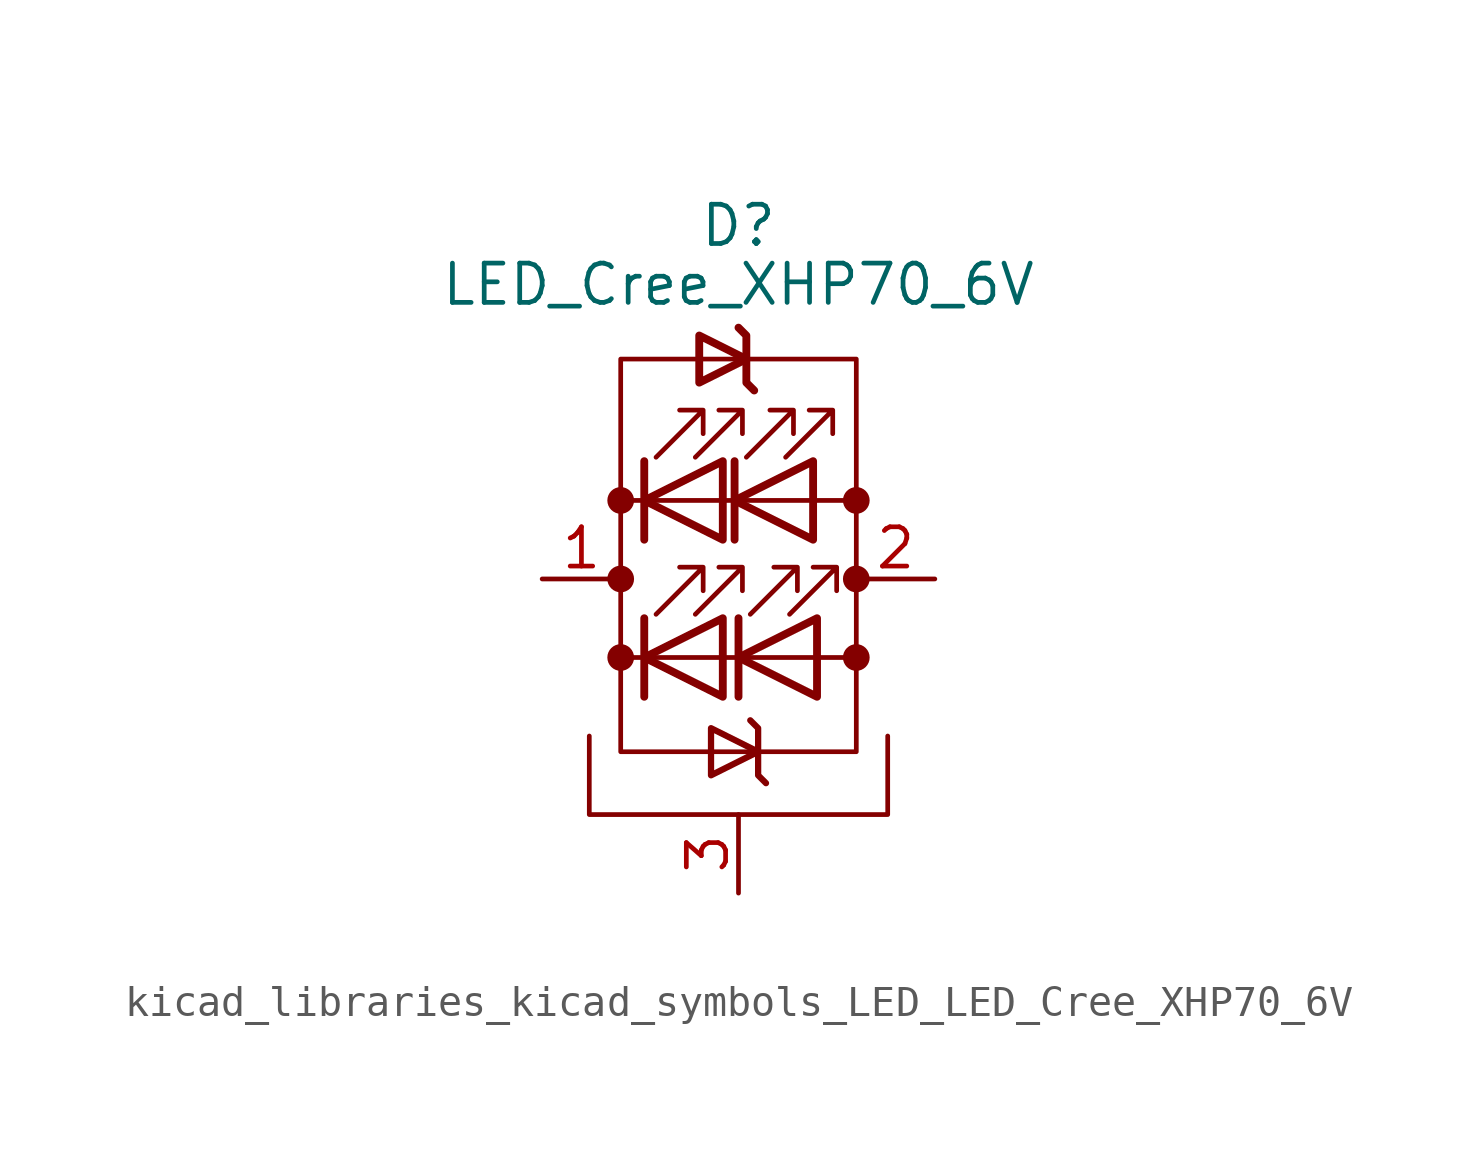
<source format=kicad_sym>
(kicad_symbol_lib
  (version 20220914)
  (generator kicad_symbol_editor)
  (symbol "kicad_libraries_kicad_symbols_LED_LED_Cree_XHP70_6V"
    (pin_names
      (offset 1.016) hide)
    (property "Reference" "D"
      (at 0 11.43 0)
      (effects (font (size 1.27 1.27))))
    (property "Value" "LED_Cree_XHP70_6V"
      (at 0 9.525 0)
      (effects (font (size 1.27 1.27))))
    (symbol "kicad_libraries_kicad_symbols_LED_LED_Cree_XHP70_6V_0_1"
      (circle (center -3.81 -2.54) (radius 0.356) (stroke (width 0) (type default)) (fill (type outline)))
      (circle (center -3.81 0) (radius 0.356) (stroke (width 0) (type default)) (fill (type outline)))
      (circle (center -3.81 2.54) (radius 0.356) (stroke (width 0) (type default)) (fill (type outline)))
      (polyline (pts (xy -3.81 -2.54) (xy 3.81 -2.54)) (stroke (width 0) (type default)) (fill (type none)))
      (polyline (pts (xy -3.048 -3.81) (xy -3.048 -1.27)) (stroke (width 0.254) (type default)) (fill (type none)))
      (polyline (pts (xy -3.048 1.27) (xy -3.048 3.81)) (stroke (width 0.254) (type default)) (fill (type none)))
      (polyline (pts (xy -0.127 1.27) (xy -0.127 3.81)) (stroke (width 0.254) (type default)) (fill (type none)))
      (polyline (pts (xy 0 -3.81) (xy 0 -1.27)) (stroke (width 0.254) (type default)) (fill (type none)))
      (polyline (pts (xy 3.81 2.54) (xy -3.81 2.54)) (stroke (width 0) (type default)) (fill (type none)))
      (polyline (pts (xy -4.826 -5.08) (xy -4.826 -7.62) (xy 4.826 -7.62) (xy 4.826 -5.08)) (stroke (width 0) (type default)) (fill (type none)))
      (polyline (pts (xy -0.508 -3.81) (xy -0.508 -1.27) (xy -3.048 -2.54) (xy -0.508 -3.81)) (stroke (width 0.254) (type default)) (fill (type none)))
      (polyline (pts (xy -0.508 1.27) (xy -0.508 3.81) (xy -3.048 2.54) (xy -0.508 1.27)) (stroke (width 0.254) (type default)) (fill (type none)))
      (polyline (pts (xy 0.508 6.096) (xy 0.254 6.35) (xy 0.254 7.874) (xy 0 8.128)) (stroke (width 0.254) (type default)) (fill (type none)))
      (polyline (pts (xy 0.889 -6.604) (xy 0.635 -6.35) (xy 0.635 -4.826) (xy 0.381 -4.572)) (stroke (width 0.203) (type default)) (fill (type none)))
      (polyline (pts (xy 2.413 1.27) (xy 2.413 3.81) (xy -0.127 2.54) (xy 2.413 1.27)) (stroke (width 0.254) (type default)) (fill (type none)))
      (polyline (pts (xy 2.54 -3.81) (xy 2.54 -1.27) (xy 0 -2.54) (xy 2.54 -3.81)) (stroke (width 0.254) (type default)) (fill (type none)))
      (polyline (pts (xy -3.81 -5.588) (xy -3.81 7.112) (xy 3.81 7.112) (xy 3.81 -5.588) (xy -3.81 -5.588)) (stroke (width 0) (type default)) (fill (type none)))
      (polyline (pts (xy -2.667 -1.143) (xy -1.143 0.381) (xy -1.905 0.381) (xy -1.143 0.381) (xy -1.143 -0.381)) (stroke (width 0) (type default)) (fill (type none)))
      (polyline (pts (xy -2.667 3.937) (xy -1.143 5.461) (xy -1.905 5.461) (xy -1.143 5.461) (xy -1.143 4.699)) (stroke (width 0) (type default)) (fill (type none)))
      (polyline (pts (xy -1.397 -1.143) (xy 0.127 0.381) (xy -0.635 0.381) (xy 0.127 0.381) (xy 0.127 -0.381)) (stroke (width 0) (type default)) (fill (type none)))
      (polyline (pts (xy -1.397 3.937) (xy 0.127 5.461) (xy -0.635 5.461) (xy 0.127 5.461) (xy 0.127 4.699)) (stroke (width 0) (type default)) (fill (type none)))
      (polyline (pts (xy -1.27 6.35) (xy -1.27 7.874) (xy 0.254 7.112) (xy -1.27 6.35) (xy -1.27 6.604)) (stroke (width 0.254) (type default)) (fill (type none)))
      (polyline (pts (xy -0.889 -6.35) (xy -0.889 -4.826) (xy 0.635 -5.588) (xy -0.889 -6.35) (xy -0.889 -6.096)) (stroke (width 0.203) (type default)) (fill (type none)))
      (polyline (pts (xy 0.254 3.937) (xy 1.778 5.461) (xy 1.016 5.461) (xy 1.778 5.461) (xy 1.778 4.699)) (stroke (width 0) (type default)) (fill (type none)))
      (polyline (pts (xy 0.381 -1.143) (xy 1.905 0.381) (xy 1.143 0.381) (xy 1.905 0.381) (xy 1.905 -0.381)) (stroke (width 0) (type default)) (fill (type none)))
      (polyline (pts (xy 1.524 3.937) (xy 3.048 5.461) (xy 2.286 5.461) (xy 3.048 5.461) (xy 3.048 4.699)) (stroke (width 0) (type default)) (fill (type none)))
      (polyline (pts (xy 1.651 -1.143) (xy 3.175 0.381) (xy 2.413 0.381) (xy 3.175 0.381) (xy 3.175 -0.381)) (stroke (width 0) (type default)) (fill (type none)))
      (circle (center 3.81 -2.54) (radius 0.356) (stroke (width 0) (type default)) (fill (type outline)))
      (circle (center 3.81 0) (radius 0.356) (stroke (width 0) (type default)) (fill (type outline)))
      (circle (center 3.81 2.54) (radius 0.356) (stroke (width 0) (type default)) (fill (type outline))))
    (symbol "kicad_libraries_kicad_symbols_LED_LED_Cree_XHP70_6V_1_1"
      (pin passive line (at -6.35 0 0) (length 2.54) (name "K" (effects (font (size 1.27 1.27)))) (number "1" (effects (font (size 1.27 1.27)))))
      (pin passive line (at 6.35 0 180) (length 2.54) (name "A" (effects (font (size 1.27 1.27)))) (number "2" (effects (font (size 1.27 1.27)))))
      (pin passive line (at 0 -10.16 90) (length 2.54) (name "PAD" (effects (font (size 1.27 1.27)))) (number "3" (effects (font (size 1.27 1.27))))))))
</source>
